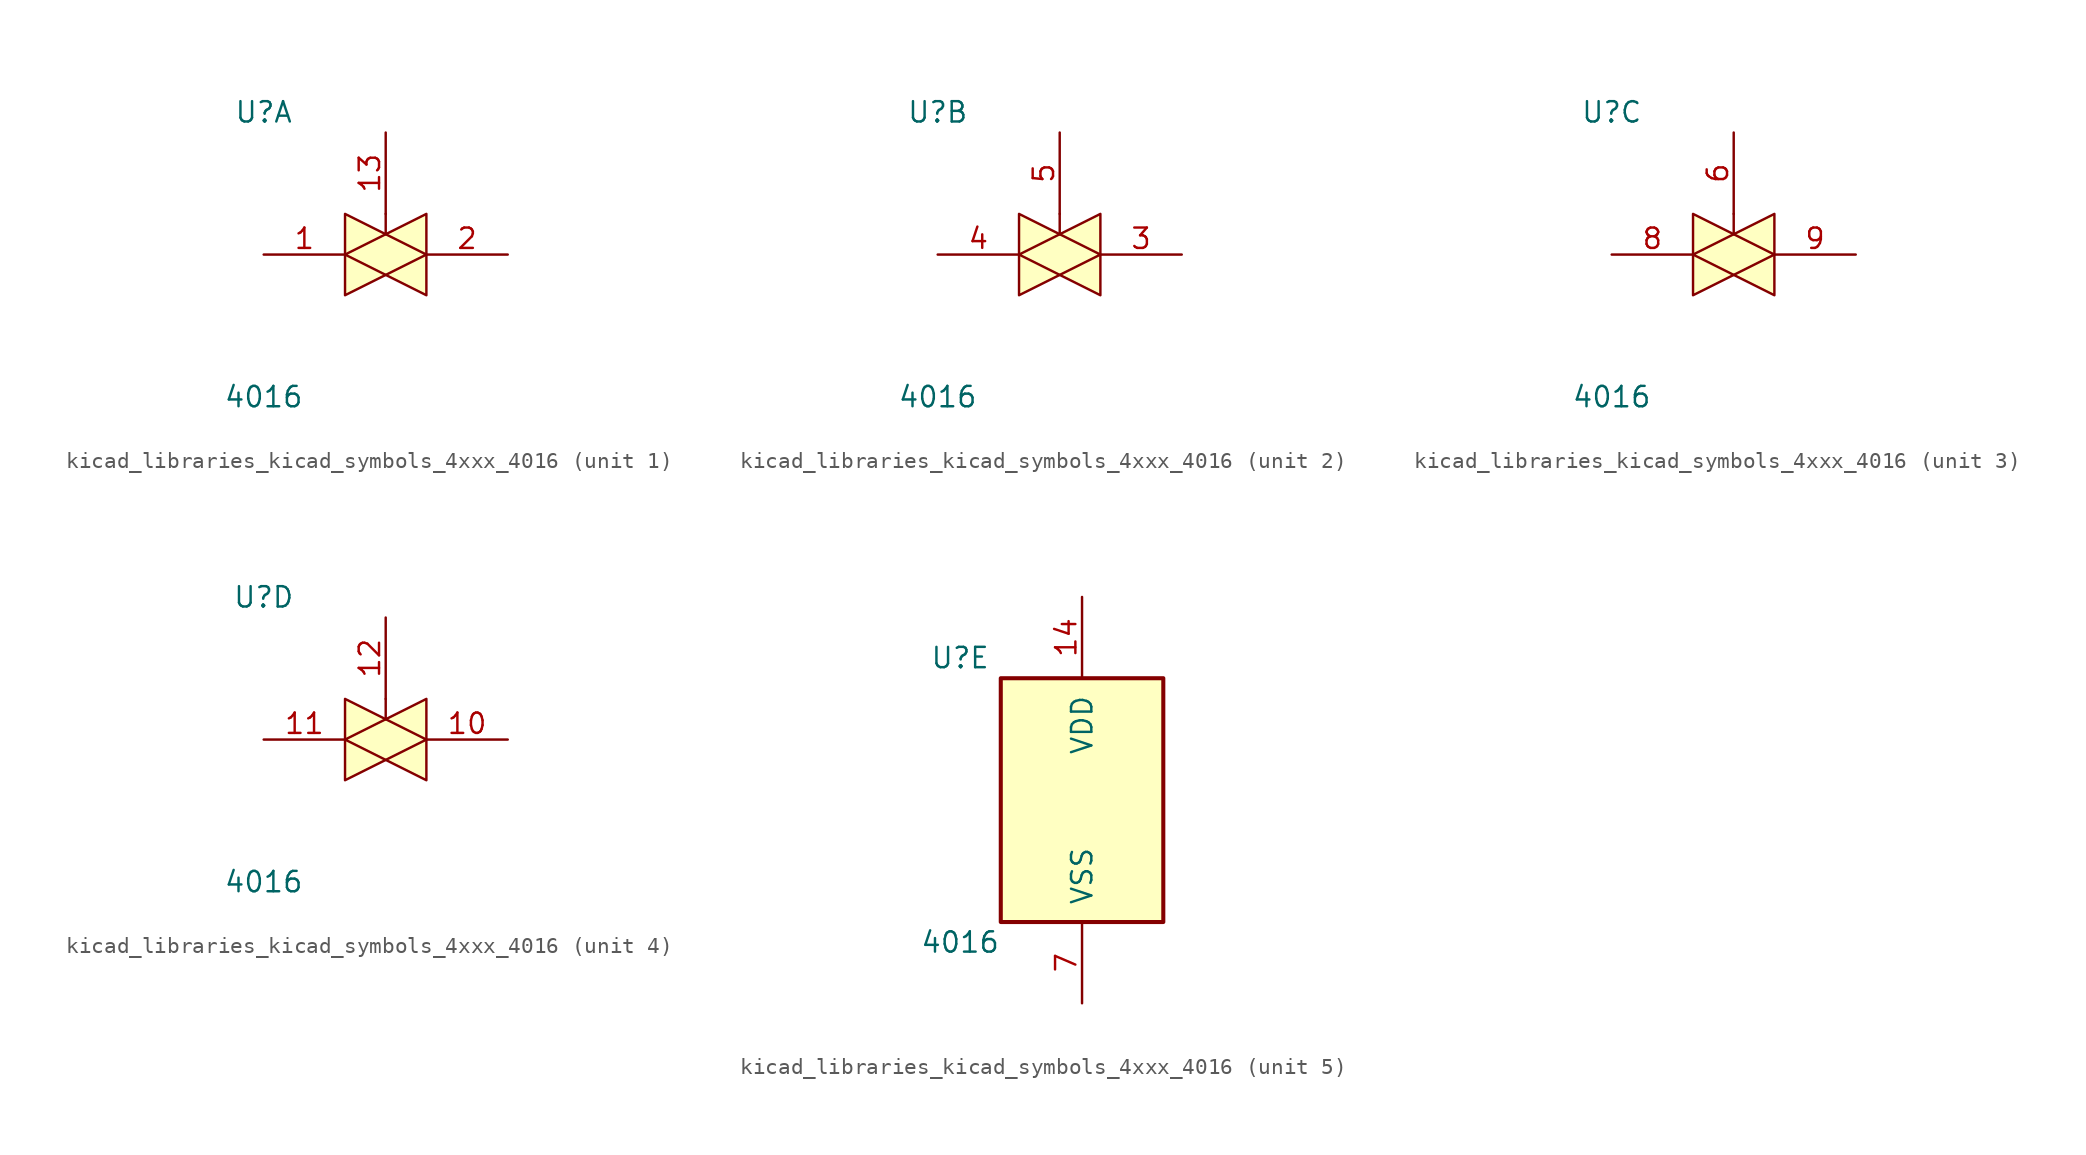
<source format=kicad_sym>
(kicad_symbol_lib
  (version 20220914)
  (generator kicad_symbol_editor)
  (symbol "kicad_libraries_kicad_symbols_4xxx_4016"
    (pin_names
      (offset 1.016))
    (property "Reference" "U"
      (at -7.62 8.89 0)
      (effects (font (size 1.27 1.27))))
    (property "Value" "4016"
      (at -7.62 -8.89 0)
      (effects (font (size 1.27 1.27))))
    (property "ki_locked" ""
      (at 0 0 0)
      (effects (font (size 1.27 1.27))))
    (symbol "kicad_libraries_kicad_symbols_4xxx_4016_1_0"
      (polyline (pts (xy 0 1.27) (xy 0 2.54)) (stroke (width 0.152) (type default)) (fill (type none)))
      (polyline (pts (xy -2.54 0) (xy 2.54 2.54) (xy 2.54 -2.54) (xy -2.54 0)) (stroke (width 0) (type default)) (fill (type background)))
      (polyline (pts (xy -2.54 2.54) (xy 2.54 0) (xy -2.54 -2.54) (xy -2.54 2.54)) (stroke (width 0) (type default)) (fill (type background)))
      (pin passive line (at -7.62 0 0) (length 5.08) (name "~" (effects (font (size 1.27 1.27)))) (number "1" (effects (font (size 1.27 1.27)))))
      (pin input line (at 0 7.62 270) (length 5.08) (name "~" (effects (font (size 1.27 1.27)))) (number "13" (effects (font (size 1.27 1.27)))))
      (pin passive line (at 7.62 0 180) (length 5.08) (name "~" (effects (font (size 1.27 1.27)))) (number "2" (effects (font (size 1.27 1.27))))))
    (symbol "kicad_libraries_kicad_symbols_4xxx_4016_2_0"
      (polyline (pts (xy 0 1.27) (xy 0 2.54)) (stroke (width 0.152) (type default)) (fill (type none)))
      (polyline (pts (xy -2.54 0) (xy 2.54 2.54) (xy 2.54 -2.54) (xy -2.54 0)) (stroke (width 0) (type default)) (fill (type background)))
      (polyline (pts (xy -2.54 2.54) (xy 2.54 0) (xy -2.54 -2.54) (xy -2.54 2.54)) (stroke (width 0) (type default)) (fill (type background)))
      (pin passive line (at 7.62 0 180) (length 5.08) (name "~" (effects (font (size 1.27 1.27)))) (number "3" (effects (font (size 1.27 1.27)))))
      (pin passive line (at -7.62 0 0) (length 5.08) (name "~" (effects (font (size 1.27 1.27)))) (number "4" (effects (font (size 1.27 1.27)))))
      (pin input line (at 0 7.62 270) (length 5.08) (name "~" (effects (font (size 1.27 1.27)))) (number "5" (effects (font (size 1.27 1.27))))))
    (symbol "kicad_libraries_kicad_symbols_4xxx_4016_3_0"
      (polyline (pts (xy 0 1.27) (xy 0 2.54)) (stroke (width 0.152) (type default)) (fill (type none)))
      (polyline (pts (xy -2.54 0) (xy 2.54 2.54) (xy 2.54 -2.54) (xy -2.54 0)) (stroke (width 0) (type default)) (fill (type background)))
      (polyline (pts (xy -2.54 2.54) (xy 2.54 0) (xy -2.54 -2.54) (xy -2.54 2.54)) (stroke (width 0) (type default)) (fill (type background)))
      (pin input line (at 0 7.62 270) (length 5.08) (name "~" (effects (font (size 1.27 1.27)))) (number "6" (effects (font (size 1.27 1.27)))))
      (pin passive line (at -7.62 0 0) (length 5.08) (name "~" (effects (font (size 1.27 1.27)))) (number "8" (effects (font (size 1.27 1.27)))))
      (pin passive line (at 7.62 0 180) (length 5.08) (name "~" (effects (font (size 1.27 1.27)))) (number "9" (effects (font (size 1.27 1.27))))))
    (symbol "kicad_libraries_kicad_symbols_4xxx_4016_4_0"
      (polyline (pts (xy 0 1.27) (xy 0 2.54)) (stroke (width 0.152) (type default)) (fill (type none)))
      (polyline (pts (xy -2.54 0) (xy 2.54 2.54) (xy 2.54 -2.54) (xy -2.54 0)) (stroke (width 0) (type default)) (fill (type background)))
      (polyline (pts (xy -2.54 2.54) (xy 2.54 0) (xy -2.54 -2.54) (xy -2.54 2.54)) (stroke (width 0) (type default)) (fill (type background)))
      (pin passive line (at 7.62 0 180) (length 5.08) (name "~" (effects (font (size 1.27 1.27)))) (number "10" (effects (font (size 1.27 1.27)))))
      (pin passive line (at -7.62 0 0) (length 5.08) (name "~" (effects (font (size 1.27 1.27)))) (number "11" (effects (font (size 1.27 1.27)))))
      (pin input line (at 0 7.62 270) (length 5.08) (name "~" (effects (font (size 1.27 1.27)))) (number "12" (effects (font (size 1.27 1.27))))))
    (symbol "kicad_libraries_kicad_symbols_4xxx_4016_5_0"
      (pin power_in line (at 0 12.7 270) (length 5.08) (name "VDD" (effects (font (size 1.27 1.27)))) (number "14" (effects (font (size 1.27 1.27)))))
      (pin power_in line (at 0 -12.7 90) (length 5.08) (name "VSS" (effects (font (size 1.27 1.27)))) (number "7" (effects (font (size 1.27 1.27))))))
    (symbol "kicad_libraries_kicad_symbols_4xxx_4016_5_1"
      (rectangle (start -5.08 7.62) (end 5.08 -7.62) (stroke (width 0.254) (type default)) (fill (type background))))))
</source>
